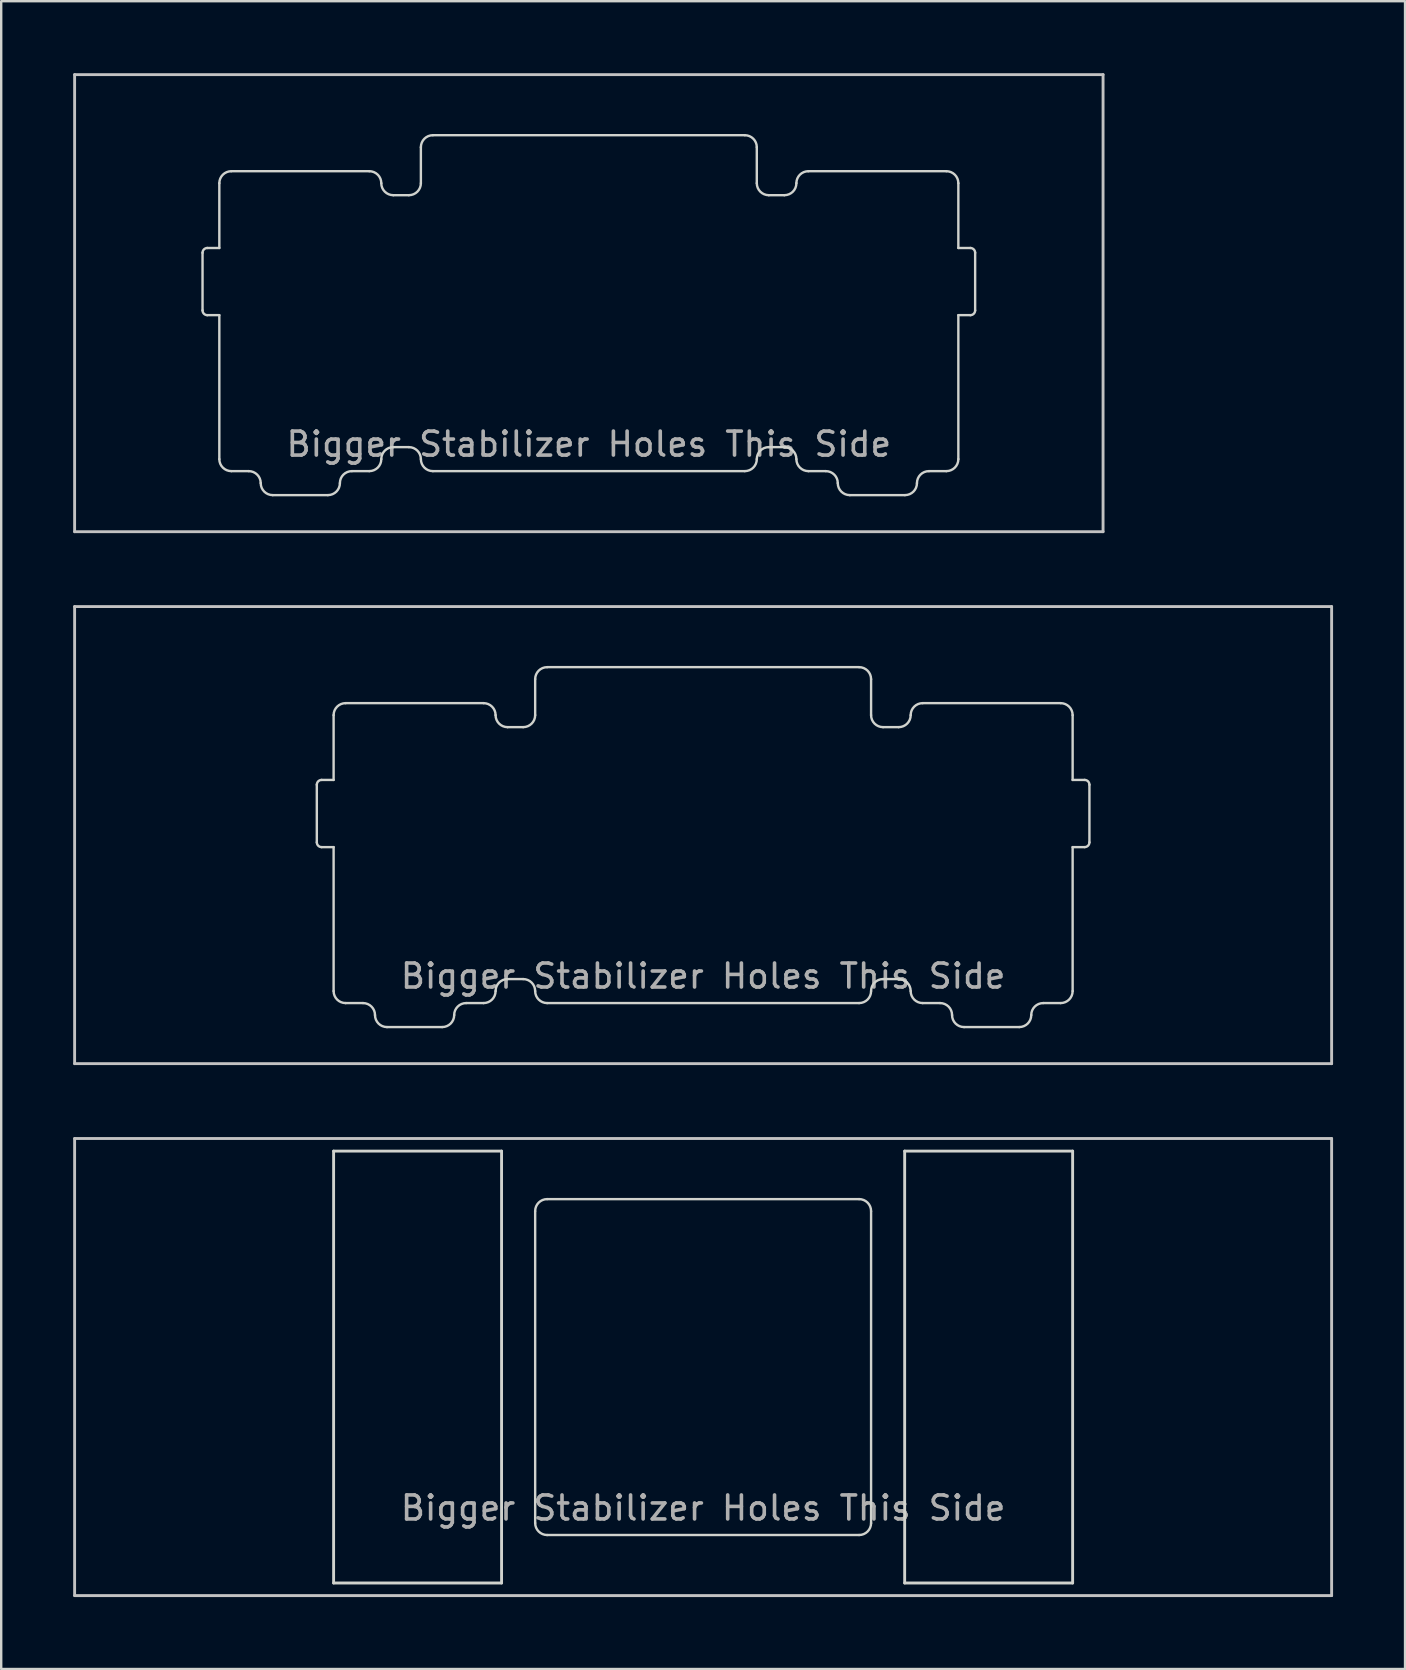
<source format=kicad_pcb>
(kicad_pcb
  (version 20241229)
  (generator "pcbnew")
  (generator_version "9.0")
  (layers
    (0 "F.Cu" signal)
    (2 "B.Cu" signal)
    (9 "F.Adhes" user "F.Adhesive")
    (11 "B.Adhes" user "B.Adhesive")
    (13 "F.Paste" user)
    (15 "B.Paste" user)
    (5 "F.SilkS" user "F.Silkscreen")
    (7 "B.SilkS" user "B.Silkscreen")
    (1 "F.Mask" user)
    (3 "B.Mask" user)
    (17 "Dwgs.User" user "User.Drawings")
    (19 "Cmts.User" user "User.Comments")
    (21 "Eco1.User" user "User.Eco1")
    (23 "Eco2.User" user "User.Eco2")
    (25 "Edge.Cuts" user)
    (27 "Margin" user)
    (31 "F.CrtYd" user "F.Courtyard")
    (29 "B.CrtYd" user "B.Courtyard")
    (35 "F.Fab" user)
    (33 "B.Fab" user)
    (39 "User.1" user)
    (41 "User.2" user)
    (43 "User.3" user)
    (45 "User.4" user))
  (footprint "mx_top_plate_2.75u_pcb_mount"
    (layer "F.Cu")
    (at 26.254 53.925)
    (property "Reference" "mx_top_plate_2.75u_pcb_mount" (at 0 2.381 0) (layer "Eco1.User") (effects (font (size 1 1) (thickness 0.15))))
    (attr through_hole)
    (fp_line (start -26.194 -9.525) (end 26.194 -9.525) (stroke (width 0.12) (type solid)) (layer "Dwgs.User"))
    (fp_line (start -26.194 9.525) (end -26.194 -9.525) (stroke (width 0.12) (type solid)) (layer "Dwgs.User"))
    (fp_line (start 26.194 -9.525) (end 26.194 9.525) (stroke (width 0.12) (type solid)) (layer "Dwgs.User"))
    (fp_line (start 26.194 9.525) (end -26.194 9.525) (stroke (width 0.12) (type solid)) (layer "Dwgs.User"))
    (fp_line (start -0.000001 -0.000013) (end -0.5 -0.000013) (stroke (width 0.12) (type solid)) (layer "Eco1.User"))
    (fp_line (start -0.000001 -0.000013) (end -0.000001 -0.5) (stroke (width 0.12) (type solid)) (layer "Eco1.User"))
    (fp_line (start -0.000001 -0.000013) (end -0.000001 0.5) (stroke (width 0.12) (type solid)) (layer "Eco1.User"))
    (fp_line (start -0.000001 -0.000013) (end 0.5 -0.000013) (stroke (width 0.12) (type solid)) (layer "Eco1.User"))
    (fp_line (start -15.4 -9) (end -8.4 -9) (stroke (width 0.12) (type default)) (layer "Edge.Cuts"))
    (fp_line (start -15.4 9) (end -15.4 -9) (stroke (width 0.12) (type default)) (layer "Edge.Cuts"))
    (fp_line (start -8.4 -9) (end -8.4 9) (stroke (width 0.12) (type default)) (layer "Edge.Cuts"))
    (fp_line (start -8.4 9) (end -15.4 9) (stroke (width 0.12) (type default)) (layer "Edge.Cuts"))
    (fp_line (start -7 -6.491) (end -7 6.5) (stroke (width 0.1) (type solid)) (layer "Edge.Cuts"))
    (fp_line (start -6.5 -7) (end 6.5 -7) (stroke (width 0.1) (type solid)) (layer "Edge.Cuts"))
    (fp_line (start -6.5 7) (end 6.5 7) (stroke (width 0.1) (type solid)) (layer "Edge.Cuts"))
    (fp_line (start 7 -6.491) (end 7 6.509) (stroke (width 0.1) (type solid)) (layer "Edge.Cuts"))
    (fp_line (start 8.4 -9) (end 15.4 -9) (stroke (width 0.12) (type default)) (layer "Edge.Cuts"))
    (fp_line (start 8.4 9) (end 8.4 -9) (stroke (width 0.12) (type default)) (layer "Edge.Cuts"))
    (fp_line (start 15.4 -9) (end 15.4 9) (stroke (width 0.12) (type default)) (layer "Edge.Cuts"))
    (fp_line (start 15.4 9) (end 8.4 9) (stroke (width 0.12) (type default)) (layer "Edge.Cuts"))
    (fp_arc (start -7 -6.5) (mid -6.853553 -6.853553) (end -6.5 -7) (stroke (width 0.1) (type solid)) (layer "Edge.Cuts"))
    (fp_arc (start -6.5 7) (mid -6.853553 6.853553) (end -7 6.5) (stroke (width 0.1) (type solid)) (layer "Edge.Cuts"))
    (fp_arc (start 6.5 -7) (mid 6.853553 -6.853553) (end 7 -6.5) (stroke (width 0.1) (type solid)) (layer "Edge.Cuts"))
    (fp_arc (start 7 6.5) (mid 6.853553 6.853553) (end 6.5 7) (stroke (width 0.1) (type solid)) (layer "Edge.Cuts"))
    (fp_text user "Bigger Stabilizer Holes This Side" (at 0 5.875 0) (unlocked yes) (layer "F.Fab") (effects (font (size 1 1) (thickness 0.15)))))
  (footprint "mx_top_plate_2.75u"
    (layer "F.Cu")
    (at 26.254 31.755)
    (property "Reference" "mx_top_plate_2.75u" (at 0 2.381 0) (layer "Eco1.User") (effects (font (size 1 1) (thickness 0.15))))
    (attr through_hole)
    (fp_line (start -26.194 -9.525) (end 26.194 -9.525) (stroke (width 0.12) (type solid)) (layer "Dwgs.User"))
    (fp_line (start -26.194 9.525) (end -26.194 -9.525) (stroke (width 0.12) (type solid)) (layer "Dwgs.User"))
    (fp_line (start 26.194 -9.525) (end 26.194 9.525) (stroke (width 0.12) (type solid)) (layer "Dwgs.User"))
    (fp_line (start 26.194 9.525) (end -26.194 9.525) (stroke (width 0.12) (type solid)) (layer "Dwgs.User"))
    (fp_line (start -0.000001 -0.000013) (end -0.5 -0.000013) (stroke (width 0.12) (type solid)) (layer "Eco1.User"))
    (fp_line (start -0.000001 -0.000013) (end -0.000001 -0.5) (stroke (width 0.12) (type solid)) (layer "Eco1.User"))
    (fp_line (start -0.000001 -0.000013) (end -0.000001 0.5) (stroke (width 0.12) (type solid)) (layer "Eco1.User"))
    (fp_line (start -0.000001 -0.000013) (end 0.5 -0.000013) (stroke (width 0.12) (type solid)) (layer "Eco1.User"))
    (fp_line (start -16.1 -2.1) (end -16.1 0.3) (stroke (width 0.1) (type solid)) (layer "Edge.Cuts"))
    (fp_line (start -15.9 -2.3) (end -15.4 -2.3) (stroke (width 0.1) (type solid)) (layer "Edge.Cuts"))
    (fp_line (start -15.9 0.5) (end -15.4 0.5) (stroke (width 0.1) (type solid)) (layer "Edge.Cuts"))
    (fp_line (start -15.4 -5) (end -15.4 -2.3) (stroke (width 0.1) (type solid)) (layer "Edge.Cuts"))
    (fp_line (start -15.4 0.5) (end -15.4 6.5) (stroke (width 0.1) (type solid)) (layer "Edge.Cuts"))
    (fp_line (start -14.9 -5.5) (end -9.15 -5.5) (stroke (width 0.1) (type solid)) (layer "Edge.Cuts"))
    (fp_line (start -14.9 7) (end -14.175 7) (stroke (width 0.1) (type solid)) (layer "Edge.Cuts"))
    (fp_line (start -13.175 8) (end -10.875 8) (stroke (width 0.1) (type solid)) (layer "Edge.Cuts"))
    (fp_line (start -9.875 7) (end -9.15 7) (stroke (width 0.1) (type solid)) (layer "Edge.Cuts"))
    (fp_line (start -8.15 -4.5) (end -7.5 -4.5) (stroke (width 0.1) (type solid)) (layer "Edge.Cuts"))
    (fp_line (start -8.15 6) (end -7.5 6) (stroke (width 0.1) (type solid)) (layer "Edge.Cuts"))
    (fp_line (start -7 -6.5) (end -7 -5) (stroke (width 0.1) (type solid)) (layer "Edge.Cuts"))
    (fp_line (start -6.5 -7) (end 6.5 -7) (stroke (width 0.1) (type solid)) (layer "Edge.Cuts"))
    (fp_line (start -6.5 7) (end 6.5 7) (stroke (width 0.1) (type solid)) (layer "Edge.Cuts"))
    (fp_line (start 7 -6.5) (end 7 -5) (stroke (width 0.1) (type solid)) (layer "Edge.Cuts"))
    (fp_line (start 8.15 -4.5) (end 7.5 -4.5) (stroke (width 0.1) (type solid)) (layer "Edge.Cuts"))
    (fp_line (start 8.15 6) (end 7.5 6) (stroke (width 0.1) (type solid)) (layer "Edge.Cuts"))
    (fp_line (start 9.875 7) (end 9.15 7) (stroke (width 0.1) (type solid)) (layer "Edge.Cuts"))
    (fp_line (start 13.175 8) (end 10.875 8) (stroke (width 0.1) (type solid)) (layer "Edge.Cuts"))
    (fp_line (start 14.9 -5.5) (end 9.15 -5.5) (stroke (width 0.1) (type solid)) (layer "Edge.Cuts"))
    (fp_line (start 14.9 7) (end 14.175 7) (stroke (width 0.1) (type solid)) (layer "Edge.Cuts"))
    (fp_line (start 15.4 -5) (end 15.4 -2.3) (stroke (width 0.1) (type solid)) (layer "Edge.Cuts"))
    (fp_line (start 15.4 0.5) (end 15.4 6.5) (stroke (width 0.1) (type solid)) (layer "Edge.Cuts"))
    (fp_line (start 15.9 -2.3) (end 15.4 -2.3) (stroke (width 0.1) (type solid)) (layer "Edge.Cuts"))
    (fp_line (start 15.9 0.5) (end 15.4 0.5) (stroke (width 0.1) (type solid)) (layer "Edge.Cuts"))
    (fp_line (start 16.1 -2.1) (end 16.1 0.3) (stroke (width 0.1) (type solid)) (layer "Edge.Cuts"))
    (fp_arc (start -16.1 -2.1) (mid -16.041421 -2.241421) (end -15.9 -2.3) (stroke (width 0.1) (type solid)) (layer "Edge.Cuts"))
    (fp_arc (start -15.9 0.5) (mid -16.041421 0.441421) (end -16.1 0.3) (stroke (width 0.1) (type solid)) (layer "Edge.Cuts"))
    (fp_arc (start -15.4 -5) (mid -15.253553 -5.353553) (end -14.9 -5.5) (stroke (width 0.1) (type solid)) (layer "Edge.Cuts"))
    (fp_arc (start -14.9 7) (mid -15.253553 6.853553) (end -15.4 6.5) (stroke (width 0.1) (type solid)) (layer "Edge.Cuts"))
    (fp_arc (start -14.175 7) (mid -13.821447 7.146447) (end -13.675 7.5) (stroke (width 0.1) (type solid)) (layer "Edge.Cuts"))
    (fp_arc (start -13.175 8) (mid -13.528553 7.853553) (end -13.675 7.5) (stroke (width 0.1) (type solid)) (layer "Edge.Cuts"))
    (fp_arc (start -10.375 7.5) (mid -10.521447 7.853553) (end -10.875 8) (stroke (width 0.1) (type solid)) (layer "Edge.Cuts"))
    (fp_arc (start -10.375 7.5) (mid -10.228553 7.146447) (end -9.875 7) (stroke (width 0.1) (type solid)) (layer "Edge.Cuts"))
    (fp_arc (start -9.15 -5.5) (mid -8.796447 -5.353553) (end -8.65 -5) (stroke (width 0.1) (type solid)) (layer "Edge.Cuts"))
    (fp_arc (start -8.65 6.5) (mid -8.796447 6.853553) (end -9.15 7) (stroke (width 0.1) (type solid)) (layer "Edge.Cuts"))
    (fp_arc (start -8.65 6.5) (mid -8.503553 6.146447) (end -8.15 6) (stroke (width 0.1) (type solid)) (layer "Edge.Cuts"))
    (fp_arc (start -8.15 -4.5) (mid -8.503553 -4.646447) (end -8.65 -5) (stroke (width 0.1) (type solid)) (layer "Edge.Cuts"))
    (fp_arc (start -7.5 6) (mid -7.146447 6.146447) (end -7 6.5) (stroke (width 0.1) (type solid)) (layer "Edge.Cuts"))
    (fp_arc (start -7 -6.5) (mid -6.853553 -6.853553) (end -6.5 -7) (stroke (width 0.1) (type solid)) (layer "Edge.Cuts"))
    (fp_arc (start -7 -5) (mid -7.146447 -4.646447) (end -7.5 -4.5) (stroke (width 0.1) (type solid)) (layer "Edge.Cuts"))
    (fp_arc (start -6.5 7) (mid -6.853553 6.853553) (end -7 6.5) (stroke (width 0.1) (type solid)) (layer "Edge.Cuts"))
    (fp_arc (start 6.5 -7) (mid 6.853553 -6.853553) (end 7 -6.5) (stroke (width 0.1) (type solid)) (layer "Edge.Cuts"))
    (fp_arc (start 7 6.5) (mid 6.853553 6.853553) (end 6.5 7) (stroke (width 0.1) (type solid)) (layer "Edge.Cuts"))
    (fp_arc (start 7 6.5) (mid 7.146447 6.146447) (end 7.5 6) (stroke (width 0.1) (type solid)) (layer "Edge.Cuts"))
    (fp_arc (start 7.5 -4.5) (mid 7.146447 -4.646447) (end 7 -5) (stroke (width 0.1) (type solid)) (layer "Edge.Cuts"))
    (fp_arc (start 8.15 6) (mid 8.503553 6.146447) (end 8.65 6.5) (stroke (width 0.1) (type solid)) (layer "Edge.Cuts"))
    (fp_arc (start 8.65 -5) (mid 8.503553 -4.646447) (end 8.15 -4.5) (stroke (width 0.1) (type solid)) (layer "Edge.Cuts"))
    (fp_arc (start 8.65 -5) (mid 8.796447 -5.353553) (end 9.15 -5.5) (stroke (width 0.1) (type solid)) (layer "Edge.Cuts"))
    (fp_arc (start 9.15 7) (mid 8.796447 6.853553) (end 8.65 6.5) (stroke (width 0.1) (type solid)) (layer "Edge.Cuts"))
    (fp_arc (start 9.875 7) (mid 10.228553 7.146447) (end 10.375 7.5) (stroke (width 0.1) (type solid)) (layer "Edge.Cuts"))
    (fp_arc (start 10.875 8) (mid 10.521447 7.853553) (end 10.375 7.5) (stroke (width 0.1) (type solid)) (layer "Edge.Cuts"))
    (fp_arc (start 13.675 7.5) (mid 13.528553 7.853553) (end 13.175 8) (stroke (width 0.1) (type solid)) (layer "Edge.Cuts"))
    (fp_arc (start 13.675 7.5) (mid 13.821447 7.146447) (end 14.175 7) (stroke (width 0.1) (type solid)) (layer "Edge.Cuts"))
    (fp_arc (start 14.9 -5.5) (mid 15.253553 -5.353553) (end 15.4 -5) (stroke (width 0.1) (type solid)) (layer "Edge.Cuts"))
    (fp_arc (start 15.4 6.5) (mid 15.253553 6.853553) (end 14.9 7) (stroke (width 0.1) (type solid)) (layer "Edge.Cuts"))
    (fp_arc (start 15.9 -2.3) (mid 16.041421 -2.241421) (end 16.1 -2.1) (stroke (width 0.1) (type solid)) (layer "Edge.Cuts"))
    (fp_arc (start 16.1 0.3) (mid 16.041421 0.441421) (end 15.9 0.5) (stroke (width 0.1) (type solid)) (layer "Edge.Cuts"))
    (fp_text user "Bigger Stabilizer Holes This Side" (at 0 5.875 0) (unlocked yes) (layer "F.Fab") (effects (font (size 1 1) (thickness 0.15)))))
  (footprint "mx_top_plate_2.25u_plate_mount"
    (layer "F.Cu")
    (at 21.491 9.585)
    (property "Reference" "mx_top_plate_2.25u_plate_mount" (at 0 2.381 0) (layer "Eco1.User") (effects (font (size 1 1) (thickness 0.15))))
    (attr through_hole)
    (fp_line (start -21.431 -9.525) (end 21.431 -9.525) (stroke (width 0.12) (type solid)) (layer "Dwgs.User"))
    (fp_line (start -21.431 9.525) (end -21.431 -9.525) (stroke (width 0.12) (type solid)) (layer "Dwgs.User"))
    (fp_line (start 21.431 -9.525) (end 21.431 9.525) (stroke (width 0.12) (type solid)) (layer "Dwgs.User"))
    (fp_line (start 21.431 9.525) (end -21.431 9.525) (stroke (width 0.12) (type solid)) (layer "Dwgs.User"))
    (fp_line (start -0.000001 -0.000013) (end -0.5 -0.000013) (stroke (width 0.12) (type solid)) (layer "Eco1.User"))
    (fp_line (start -0.000001 -0.000013) (end -0.000001 -0.5) (stroke (width 0.12) (type solid)) (layer "Eco1.User"))
    (fp_line (start -0.000001 -0.000013) (end -0.000001 0.5) (stroke (width 0.12) (type solid)) (layer "Eco1.User"))
    (fp_line (start -0.000001 -0.000013) (end 0.5 -0.000013) (stroke (width 0.12) (type solid)) (layer "Eco1.User"))
    (fp_line (start -16.1 -2.1) (end -16.1 0.3) (stroke (width 0.1) (type solid)) (layer "Edge.Cuts"))
    (fp_line (start -15.9 -2.3) (end -15.4 -2.3) (stroke (width 0.1) (type solid)) (layer "Edge.Cuts"))
    (fp_line (start -15.9 0.5) (end -15.4 0.5) (stroke (width 0.1) (type solid)) (layer "Edge.Cuts"))
    (fp_line (start -15.4 -5) (end -15.4 -2.3) (stroke (width 0.1) (type solid)) (layer "Edge.Cuts"))
    (fp_line (start -15.4 0.5) (end -15.4 6.5) (stroke (width 0.1) (type solid)) (layer "Edge.Cuts"))
    (fp_line (start -14.9 -5.5) (end -9.15 -5.5) (stroke (width 0.1) (type solid)) (layer "Edge.Cuts"))
    (fp_line (start -14.9 7) (end -14.175 7) (stroke (width 0.1) (type solid)) (layer "Edge.Cuts"))
    (fp_line (start -13.175 8) (end -10.875 8) (stroke (width 0.1) (type solid)) (layer "Edge.Cuts"))
    (fp_line (start -9.875 7) (end -9.15 7) (stroke (width 0.1) (type solid)) (layer "Edge.Cuts"))
    (fp_line (start -8.15 -4.5) (end -7.5 -4.5) (stroke (width 0.1) (type solid)) (layer "Edge.Cuts"))
    (fp_line (start -8.15 6) (end -7.5 6) (stroke (width 0.1) (type solid)) (layer "Edge.Cuts"))
    (fp_line (start -7 -6.5) (end -7 -5) (stroke (width 0.1) (type solid)) (layer "Edge.Cuts"))
    (fp_line (start -6.5 -7) (end 6.5 -7) (stroke (width 0.1) (type solid)) (layer "Edge.Cuts"))
    (fp_line (start -6.5 7) (end 6.5 7) (stroke (width 0.1) (type solid)) (layer "Edge.Cuts"))
    (fp_line (start 7 -6.5) (end 7 -5) (stroke (width 0.1) (type solid)) (layer "Edge.Cuts"))
    (fp_line (start 8.15 -4.5) (end 7.5 -4.5) (stroke (width 0.1) (type solid)) (layer "Edge.Cuts"))
    (fp_line (start 8.15 6) (end 7.5 6) (stroke (width 0.1) (type solid)) (layer "Edge.Cuts"))
    (fp_line (start 9.875 7) (end 9.15 7) (stroke (width 0.1) (type solid)) (layer "Edge.Cuts"))
    (fp_line (start 13.175 8) (end 10.875 8) (stroke (width 0.1) (type solid)) (layer "Edge.Cuts"))
    (fp_line (start 14.9 -5.5) (end 9.15 -5.5) (stroke (width 0.1) (type solid)) (layer "Edge.Cuts"))
    (fp_line (start 14.9 7) (end 14.175 7) (stroke (width 0.1) (type solid)) (layer "Edge.Cuts"))
    (fp_line (start 15.4 -5) (end 15.4 -2.3) (stroke (width 0.1) (type solid)) (layer "Edge.Cuts"))
    (fp_line (start 15.4 0.5) (end 15.4 6.5) (stroke (width 0.1) (type solid)) (layer "Edge.Cuts"))
    (fp_line (start 15.9 -2.3) (end 15.4 -2.3) (stroke (width 0.1) (type solid)) (layer "Edge.Cuts"))
    (fp_line (start 15.9 0.5) (end 15.4 0.5) (stroke (width 0.1) (type solid)) (layer "Edge.Cuts"))
    (fp_line (start 16.1 -2.1) (end 16.1 0.3) (stroke (width 0.1) (type solid)) (layer "Edge.Cuts"))
    (fp_arc (start -16.100001 -2.100013) (mid -16.041422 -2.241434) (end -15.900001 -2.300013) (stroke (width 0.1) (type solid)) (layer "Edge.Cuts"))
    (fp_arc (start -15.900001 0.499987) (mid -16.041422 0.441408) (end -16.100001 0.299987) (stroke (width 0.1) (type solid)) (layer "Edge.Cuts"))
    (fp_arc (start -15.400001 -5.000013) (mid -15.253554 -5.353566) (end -14.900001 -5.500013) (stroke (width 0.1) (type solid)) (layer "Edge.Cuts"))
    (fp_arc (start -14.900001 6.999987) (mid -15.253554 6.85354) (end -15.400001 6.499987) (stroke (width 0.1) (type solid)) (layer "Edge.Cuts"))
    (fp_arc (start -14.175001 6.999987) (mid -13.821448 7.146434) (end -13.675001 7.499987) (stroke (width 0.1) (type solid)) (layer "Edge.Cuts"))
    (fp_arc (start -13.175001 7.999987) (mid -13.528554 7.85354) (end -13.675001 7.499987) (stroke (width 0.1) (type solid)) (layer "Edge.Cuts"))
    (fp_arc (start -10.375001 7.499987) (mid -10.521448 7.85354) (end -10.875001 7.999987) (stroke (width 0.1) (type solid)) (layer "Edge.Cuts"))
    (fp_arc (start -10.375001 7.499987) (mid -10.228554 7.146434) (end -9.875001 6.999987) (stroke (width 0.1) (type solid)) (layer "Edge.Cuts"))
    (fp_arc (start -9.150001 -5.500013) (mid -8.796448 -5.353566) (end -8.650001 -5.000013) (stroke (width 0.1) (type solid)) (layer "Edge.Cuts"))
    (fp_arc (start -8.650001 6.499987) (mid -8.796448 6.85354) (end -9.150001 6.999987) (stroke (width 0.1) (type solid)) (layer "Edge.Cuts"))
    (fp_arc (start -8.650001 6.499987) (mid -8.503554 6.146434) (end -8.150001 5.999987) (stroke (width 0.1) (type solid)) (layer "Edge.Cuts"))
    (fp_arc (start -8.150001 -4.500013) (mid -8.503554 -4.64646) (end -8.650001 -5.000013) (stroke (width 0.1) (type solid)) (layer "Edge.Cuts"))
    (fp_arc (start -7.500001 5.999987) (mid -7.146448 6.146434) (end -7.000001 6.499987) (stroke (width 0.1) (type solid)) (layer "Edge.Cuts"))
    (fp_arc (start -7.000001 -6.500013) (mid -6.853554 -6.853566) (end -6.500001 -7.000013) (stroke (width 0.1) (type solid)) (layer "Edge.Cuts"))
    (fp_arc (start -7.000001 -5.000013) (mid -7.146448 -4.64646) (end -7.500001 -4.500013) (stroke (width 0.1) (type solid)) (layer "Edge.Cuts"))
    (fp_arc (start -6.500001 6.999987) (mid -6.853554 6.85354) (end -7.000001 6.499987) (stroke (width 0.1) (type solid)) (layer "Edge.Cuts"))
    (fp_arc (start 6.499999 -7.000013) (mid 6.853552 -6.853566) (end 6.999999 -6.500013) (stroke (width 0.1) (type solid)) (layer "Edge.Cuts"))
    (fp_arc (start 6.999999 6.499987) (mid 6.853552 6.85354) (end 6.499999 6.999987) (stroke (width 0.1) (type solid)) (layer "Edge.Cuts"))
    (fp_arc (start 6.999999 6.499987) (mid 7.146446 6.146434) (end 7.499999 5.999987) (stroke (width 0.1) (type solid)) (layer "Edge.Cuts"))
    (fp_arc (start 7.499999 -4.500013) (mid 7.146446 -4.64646) (end 6.999999 -5.000013) (stroke (width 0.1) (type solid)) (layer "Edge.Cuts"))
    (fp_arc (start 8.149999 5.999987) (mid 8.503552 6.146434) (end 8.649999 6.499987) (stroke (width 0.1) (type solid)) (layer "Edge.Cuts"))
    (fp_arc (start 8.649999 -5.000013) (mid 8.503552 -4.64646) (end 8.149999 -4.500013) (stroke (width 0.1) (type solid)) (layer "Edge.Cuts"))
    (fp_arc (start 8.649999 -5.000013) (mid 8.796446 -5.353566) (end 9.149999 -5.500013) (stroke (width 0.1) (type solid)) (layer "Edge.Cuts"))
    (fp_arc (start 9.149999 6.999987) (mid 8.796446 6.85354) (end 8.649999 6.499987) (stroke (width 0.1) (type solid)) (layer "Edge.Cuts"))
    (fp_arc (start 9.874999 6.999987) (mid 10.228552 7.146434) (end 10.374999 7.499987) (stroke (width 0.1) (type solid)) (layer "Edge.Cuts"))
    (fp_arc (start 10.874999 7.999987) (mid 10.521446 7.85354) (end 10.374999 7.499987) (stroke (width 0.1) (type solid)) (layer "Edge.Cuts"))
    (fp_arc (start 13.674999 7.499987) (mid 13.528552 7.85354) (end 13.174999 7.999987) (stroke (width 0.1) (type solid)) (layer "Edge.Cuts"))
    (fp_arc (start 13.674999 7.499987) (mid 13.821446 7.146434) (end 14.174999 6.999987) (stroke (width 0.1) (type solid)) (layer "Edge.Cuts"))
    (fp_arc (start 14.899999 -5.500013) (mid 15.253552 -5.353566) (end 15.399999 -5.000013) (stroke (width 0.1) (type solid)) (layer "Edge.Cuts"))
    (fp_arc (start 15.399999 6.499987) (mid 15.253552 6.85354) (end 14.899999 6.999987) (stroke (width 0.1) (type solid)) (layer "Edge.Cuts"))
    (fp_arc (start 15.899999 -2.300013) (mid 16.04142 -2.241434) (end 16.099999 -2.100013) (stroke (width 0.1) (type solid)) (layer "Edge.Cuts"))
    (fp_arc (start 16.099999 0.299987) (mid 16.04142 0.441408) (end 15.899999 0.499987) (stroke (width 0.1) (type solid)) (layer "Edge.Cuts"))
    (fp_text user "Bigger Stabilizer Holes This Side" (at 0 5.875 0) (unlocked yes) (layer "F.Fab") (effects (font (size 1 1) (thickness 0.15)))))
  (gr_rect
    (start -3 -3)
    (end 55.508 66.51)
    (stroke (width 0.1) (type default))
    (fill no)
    (layer "Edge.Cuts")))
</source>
